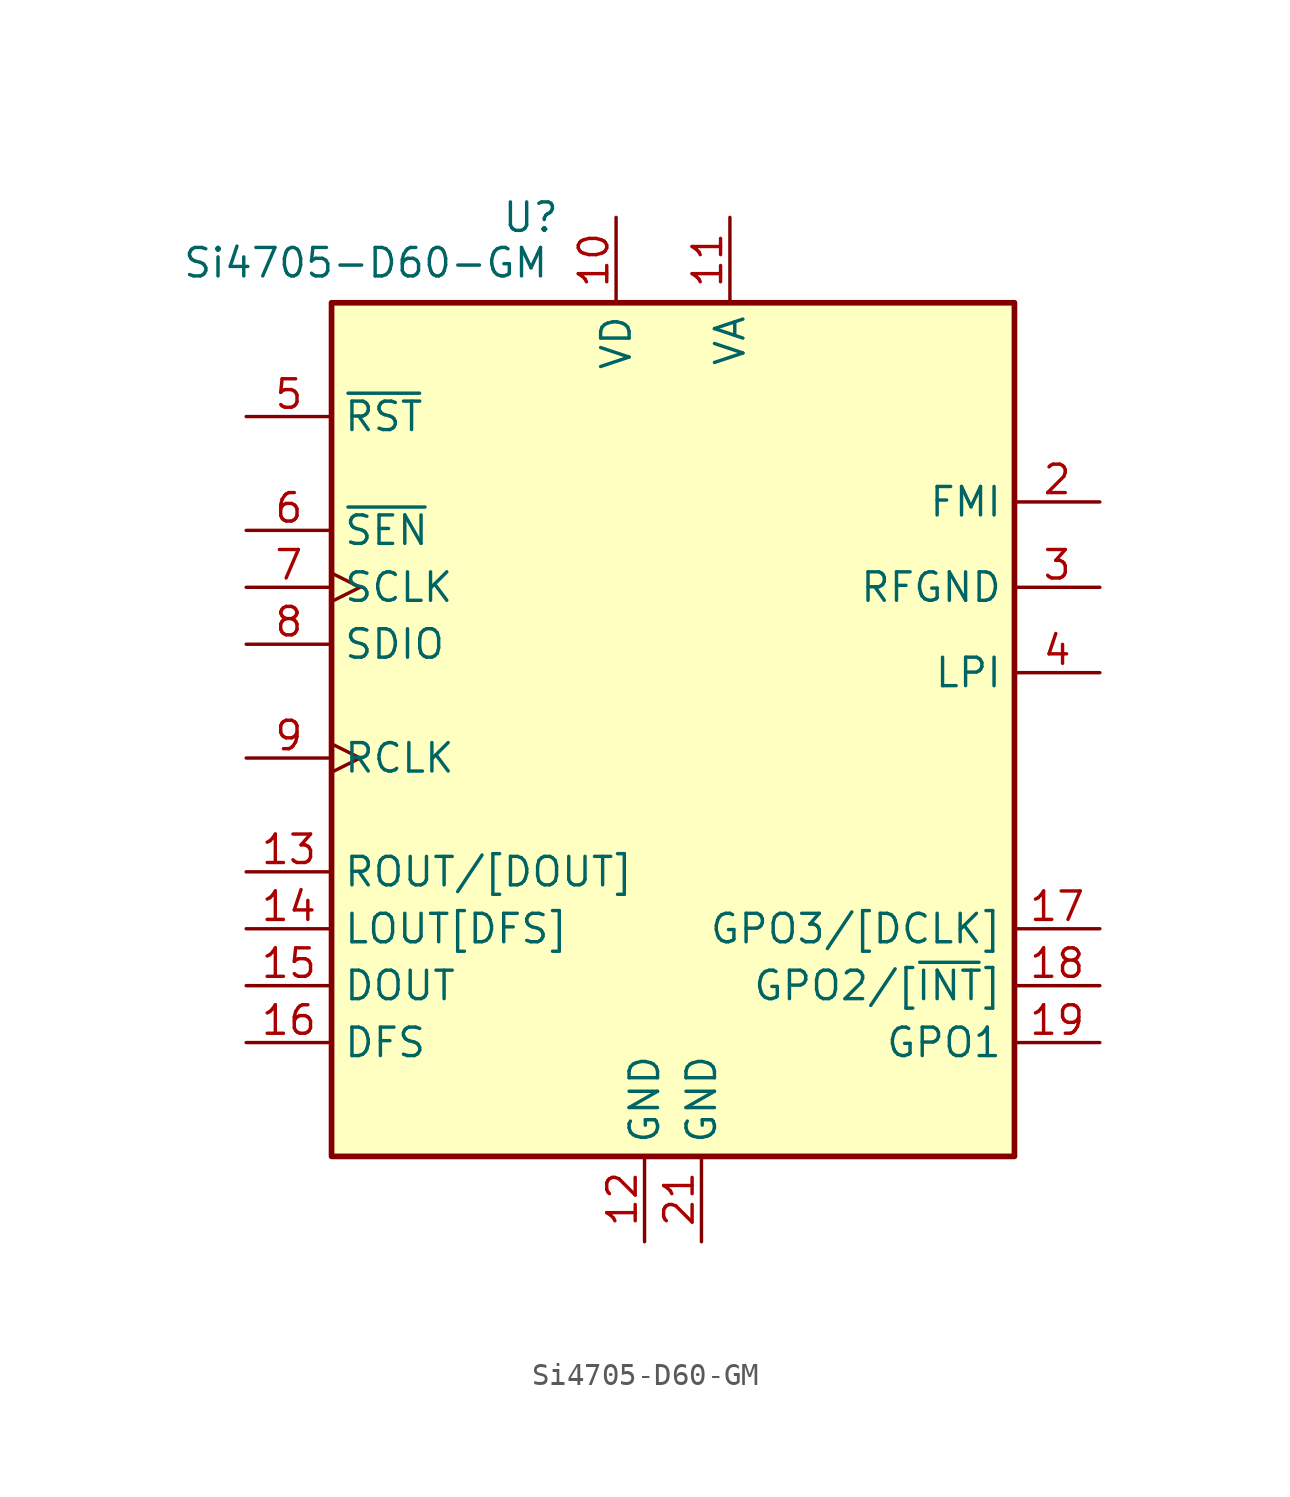
<source format=kicad_sym>
(kicad_symbol_lib
  (version 20241209)
  (generator "kicad_symbol_editor")
  (generator_version "9.0")
  (symbol "Si4705-D60-GM"
    (property "Reference" "U"
      (at -6.35 20.32 0)
      (effects (font (size 1.27 1.27))))
    (property "Value" "Si4705-D60-GM"
      (at -13.716 18.288 0)
      (effects (font (size 1.27 1.27))))
    (symbol "Si4705-D60-GM_0_1"
      (rectangle (start -15.24 16.51) (end 15.24 -21.59) (stroke (width 0.254) (type default)) (fill (type background))))
    (symbol "Si4705-D60-GM_1_0"
      (pin power_in line (at 1.27 -25.4 90) (length 3.81) (name "GND" (effects (font (size 1.27 1.27)))) (number "21" (effects (font (size 1.27 1.27))))))
    (symbol "Si4705-D60-GM_1_1"
      (pin input line (at -19.05 11.43 0) (length 3.81) (name "~{RST}" (effects (font (size 1.27 1.27)))) (number "5" (effects (font (size 1.27 1.27)))))
      (pin input line (at -19.05 6.35 0) (length 3.81) (name "~{SEN}" (effects (font (size 1.27 1.27)))) (number "6" (effects (font (size 1.27 1.27)))))
      (pin input clock (at -19.05 3.81 0) (length 3.81) (name "SCLK" (effects (font (size 1.27 1.27)))) (number "7" (effects (font (size 1.27 1.27)))))
      (pin bidirectional line (at -19.05 1.27 0) (length 3.81) (name "SDIO" (effects (font (size 1.27 1.27)))) (number "8" (effects (font (size 1.27 1.27)))))
      (pin input clock (at -19.05 -3.81 0) (length 3.81) (name "RCLK" (effects (font (size 1.27 1.27)))) (number "9" (effects (font (size 1.27 1.27)))))
      (pin output line (at -19.05 -8.89 0) (length 3.81) (name "ROUT/[DOUT]" (effects (font (size 1.27 1.27)))) (number "13" (effects (font (size 1.27 1.27)))))
      (pin bidirectional line (at -19.05 -11.43 0) (length 3.81) (name "LOUT[DFS]" (effects (font (size 1.27 1.27)))) (number "14" (effects (font (size 1.27 1.27)))))
      (pin output line (at -19.05 -13.97 0) (length 3.81) (name "DOUT" (effects (font (size 1.27 1.27)))) (number "15" (effects (font (size 1.27 1.27)))))
      (pin output line (at -19.05 -16.51 0) (length 3.81) (name "DFS" (effects (font (size 1.27 1.27)))) (number "16" (effects (font (size 1.27 1.27)))))
      (pin power_in line (at -2.54 20.32 270) (length 3.81) (name "VD" (effects (font (size 1.27 1.27)))) (number "10" (effects (font (size 1.27 1.27)))))
      (pin power_in line (at -1.27 -25.4 90) (length 3.81) (name "GND" (effects (font (size 1.27 1.27)))) (number "12" (effects (font (size 1.27 1.27)))))
      (pin power_in line (at 2.54 20.32 270) (length 3.81) (name "VA" (effects (font (size 1.27 1.27)))) (number "11" (effects (font (size 1.27 1.27)))))
      (pin no_connect line (at 7.62 20.32 270) (length 3.81) (hide yes) (name "NC" (effects (font (size 1.27 1.27)))) (number "1" (effects (font (size 1.27 1.27)))))
      (pin no_connect line (at 10.16 20.32 270) (length 3.81) (hide yes) (name "NC" (effects (font (size 1.27 1.27)))) (number "20" (effects (font (size 1.27 1.27)))))
      (pin input line (at 19.05 7.62 180) (length 3.81) (name "FMI" (effects (font (size 1.27 1.27)))) (number "2" (effects (font (size 1.27 1.27)))))
      (pin power_in line (at 19.05 3.81 180) (length 3.81) (name "RFGND" (effects (font (size 1.27 1.27)))) (number "3" (effects (font (size 1.27 1.27)))))
      (pin input line (at 19.05 0 180) (length 3.81) (name "LPI" (effects (font (size 1.27 1.27)))) (number "4" (effects (font (size 1.27 1.27)))))
      (pin bidirectional line (at 19.05 -11.43 180) (length 3.81) (name "GPO3/[DCLK]" (effects (font (size 1.27 1.27)))) (number "17" (effects (font (size 1.27 1.27)))))
      (pin output line (at 19.05 -13.97 180) (length 3.81) (name "GPO2/[~{INT}]" (effects (font (size 1.27 1.27)))) (number "18" (effects (font (size 1.27 1.27)))))
      (pin output line (at 19.05 -16.51 180) (length 3.81) (name "GPO1" (effects (font (size 1.27 1.27)))) (number "19" (effects (font (size 1.27 1.27))))))))
</source>
